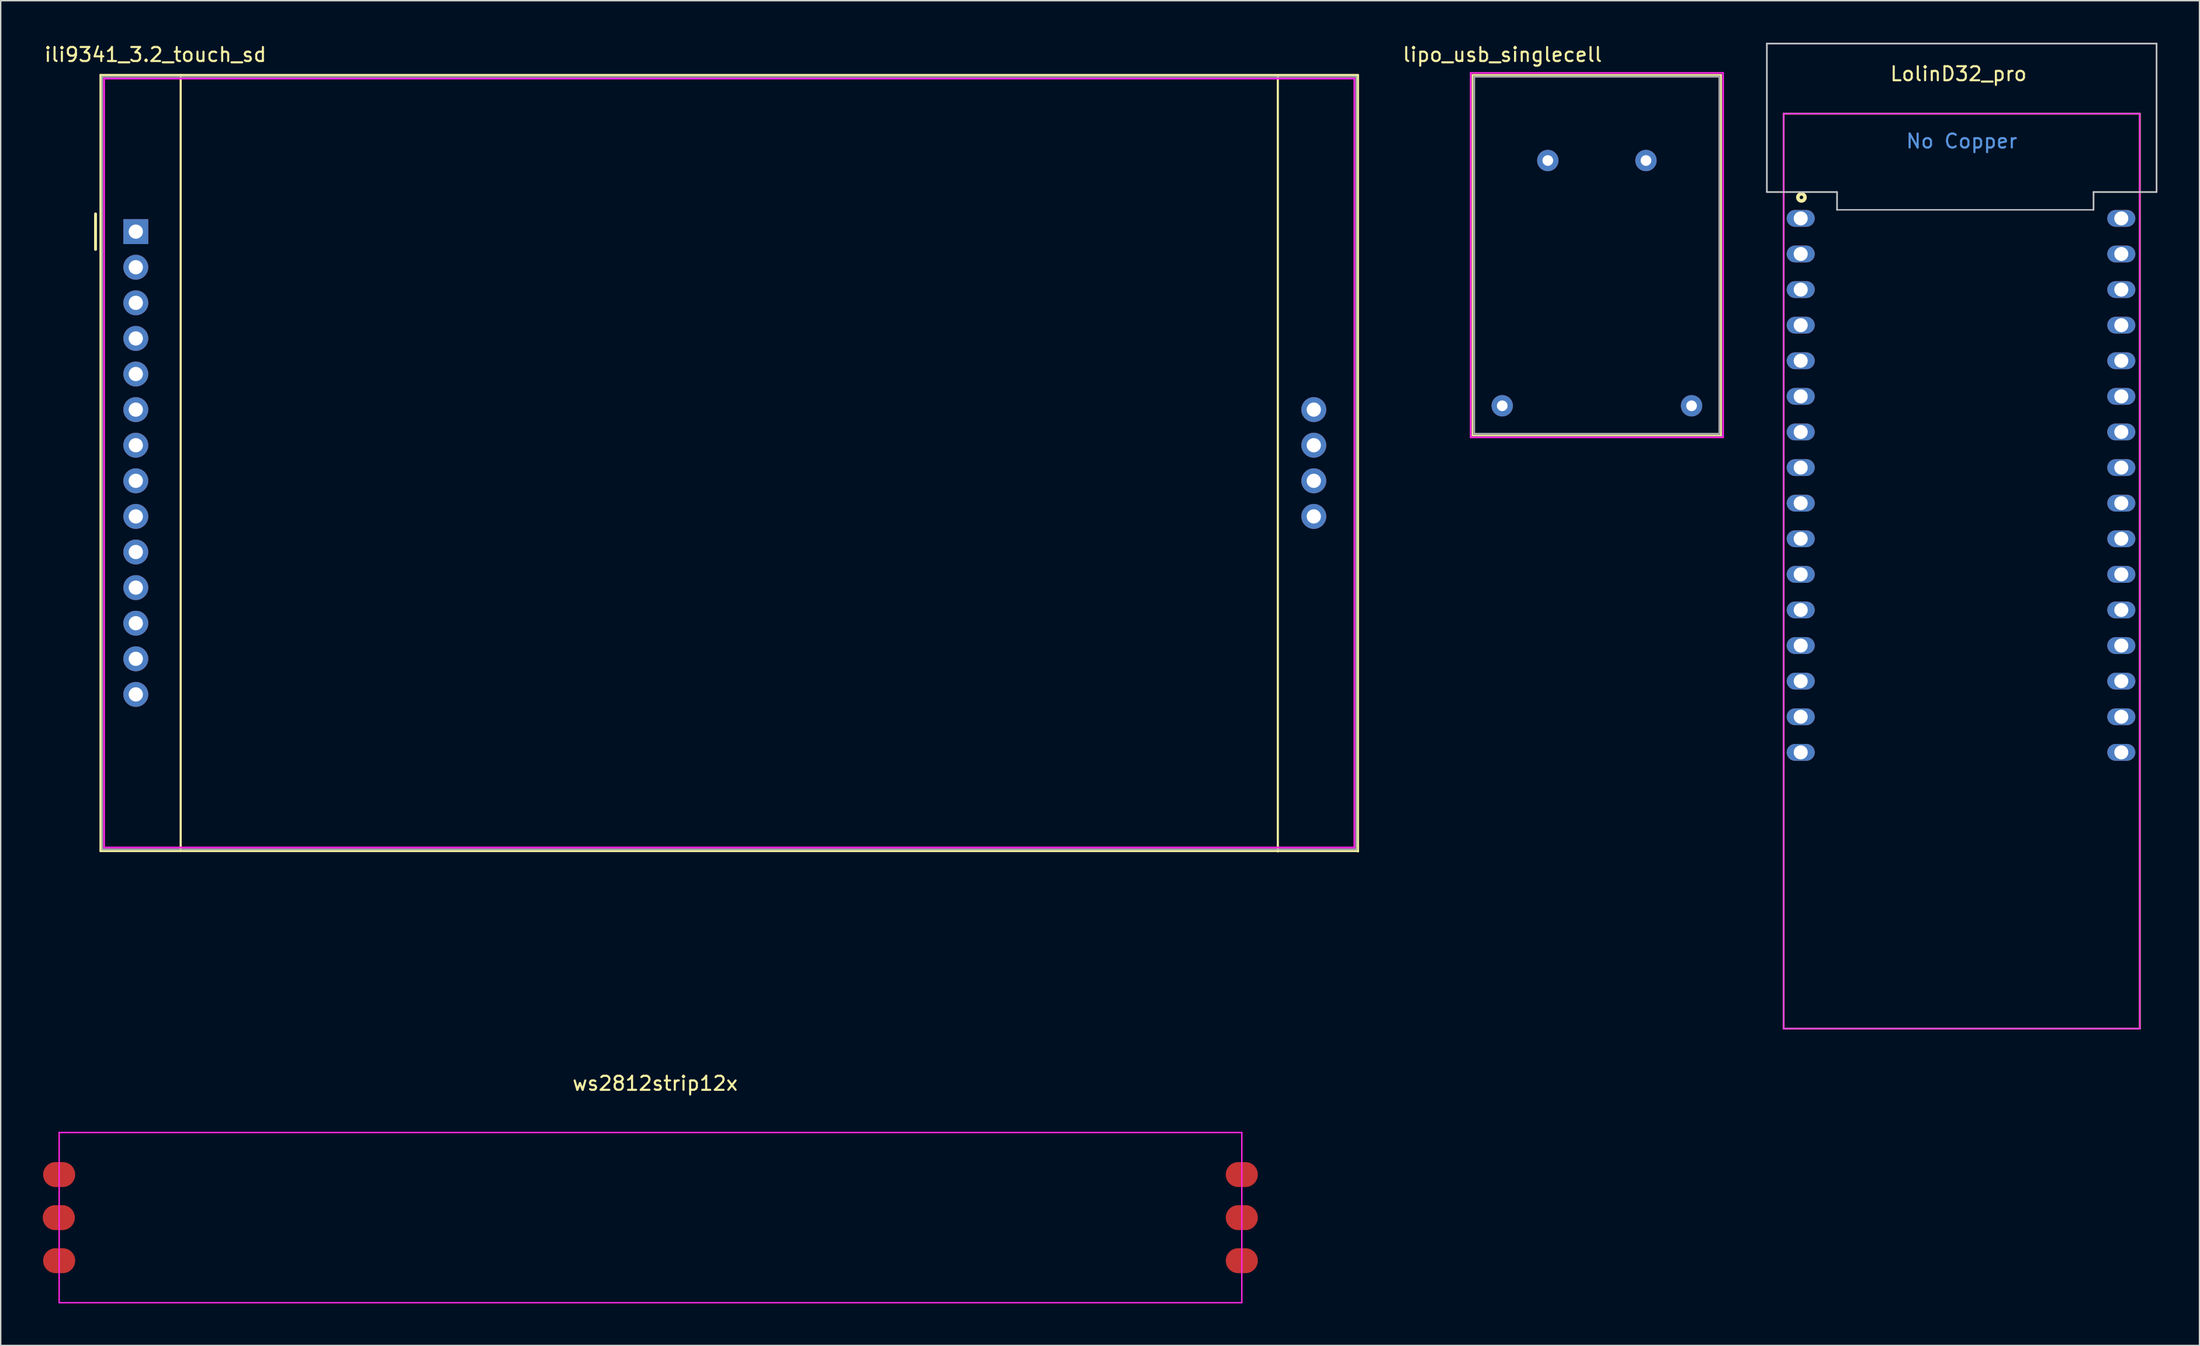
<source format=kicad_pcb>
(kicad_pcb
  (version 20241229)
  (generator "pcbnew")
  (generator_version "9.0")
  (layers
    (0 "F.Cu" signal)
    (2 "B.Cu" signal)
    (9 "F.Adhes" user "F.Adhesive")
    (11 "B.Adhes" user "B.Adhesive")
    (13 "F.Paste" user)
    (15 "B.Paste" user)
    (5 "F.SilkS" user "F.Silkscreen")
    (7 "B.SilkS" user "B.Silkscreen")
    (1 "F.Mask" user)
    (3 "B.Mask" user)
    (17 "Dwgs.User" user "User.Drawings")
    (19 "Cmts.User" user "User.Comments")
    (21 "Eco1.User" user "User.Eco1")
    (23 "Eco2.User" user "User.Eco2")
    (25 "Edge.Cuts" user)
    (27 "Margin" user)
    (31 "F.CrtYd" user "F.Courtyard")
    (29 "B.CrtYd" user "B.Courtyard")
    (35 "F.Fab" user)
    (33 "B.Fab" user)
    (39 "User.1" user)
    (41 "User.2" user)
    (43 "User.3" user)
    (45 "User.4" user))
  (footprint "LolinD32_pro"
    (layer "F.Cu")
    (at 136.83 37.703)
    (property "Reference" "LolinD32_pro" (at -0.229 -35.484 0) (layer "F.SilkS") (effects (font (size 1 1) (thickness 0.15))))
    (attr through_hole)
    (fp_line (start -12.7 -32.639) (end -12.7 32.639) (stroke (width 0.127) (type solid)) (layer "F.SilkS"))
    (fp_line (start -12.7 -32.639) (end 12.7 -32.639) (stroke (width 0.127) (type solid)) (layer "F.SilkS"))
    (fp_line (start -12.7 32.639) (end 12.7 32.639) (stroke (width 0.127) (type solid)) (layer "F.SilkS"))
    (fp_line (start 12.7 -32.639) (end 12.7 32.639) (stroke (width 0.127) (type solid)) (layer "F.SilkS"))
    (fp_circle (center -11.43 -26.67) (end -11.176 -26.67) (stroke (width 0.254) (type solid)) (fill no) (layer "F.SilkS"))
    (fp_line (start -13.894 -37.643) (end -13.894 -27.051) (stroke (width 0.12) (type solid)) (layer "Dwgs.User"))
    (fp_line (start -8.89 -27.051) (end -13.894 -27.051) (stroke (width 0.12) (type solid)) (layer "Dwgs.User"))
    (fp_line (start -8.89 -25.781) (end -8.89 -27.051) (stroke (width 0.12) (type solid)) (layer "Dwgs.User"))
    (fp_line (start -8.89 -25.781) (end 9.398 -25.781) (stroke (width 0.102) (type solid)) (layer "Dwgs.User"))
    (fp_line (start 9.398 -27.051) (end 13.894 -27.051) (stroke (width 0.12) (type solid)) (layer "Dwgs.User"))
    (fp_line (start 9.398 -25.781) (end 9.398 -27.051) (stroke (width 0.12) (type solid)) (layer "Dwgs.User"))
    (fp_line (start 13.894 -37.643) (end -13.894 -37.643) (stroke (width 0.12) (type solid)) (layer "Dwgs.User"))
    (fp_line (start 13.894 -37.643) (end 13.894 -27.051) (stroke (width 0.12) (type solid)) (layer "Dwgs.User"))
    (fp_line (start -12.7 -32.639) (end -12.7 32.639) (stroke (width 0.102) (type solid)) (layer "F.CrtYd"))
    (fp_line (start -12.7 -32.639) (end 12.7 -32.639) (stroke (width 0.102) (type solid)) (layer "F.CrtYd"))
    (fp_line (start -12.7 32.639) (end 12.7 32.639) (stroke (width 0.102) (type solid)) (layer "F.CrtYd"))
    (fp_line (start 12.7 -32.639) (end 12.7 32.639) (stroke (width 0.102) (type solid)) (layer "F.CrtYd"))
    (fp_text user "No Copper" (at 0 -30.683 0) (layer "Cmts.User") (effects (font (size 1 1) (thickness 0.15))))
    (pad "1" thru_hole oval (at -11.481 -25.171 270) (size 1.2 2) (drill 1) (layers "*.Cu" "*.Mask"))
    (pad "2" thru_hole oval (at -11.481 -22.631 270) (size 1.2 2) (drill 1) (layers "*.Cu" "*.Mask"))
    (pad "3" thru_hole oval (at -11.481 -20.091 270) (size 1.2 2) (drill 1) (layers "*.Cu" "*.Mask"))
    (pad "4" thru_hole oval (at -11.481 -17.551 270) (size 1.2 2) (drill 1) (layers "*.Cu" "*.Mask"))
    (pad "5" thru_hole oval (at -11.481 -15.011 270) (size 1.2 2) (drill 1) (layers "*.Cu" "*.Mask"))
    (pad "6" thru_hole oval (at -11.481 -12.471 270) (size 1.2 2) (drill 1) (layers "*.Cu" "*.Mask"))
    (pad "7" thru_hole oval (at -11.481 -9.931 270) (size 1.2 2) (drill 1) (layers "*.Cu" "*.Mask"))
    (pad "8" thru_hole oval (at -11.481 -7.391 270) (size 1.2 2) (drill 1) (layers "*.Cu" "*.Mask"))
    (pad "9" thru_hole oval (at -11.481 -4.851 270) (size 1.2 2) (drill 1) (layers "*.Cu" "*.Mask"))
    (pad "10" thru_hole oval (at -11.481 -2.311 270) (size 1.2 2) (drill 1) (layers "*.Cu" "*.Mask"))
    (pad "11" thru_hole oval (at -11.481 0.229 270) (size 1.2 2) (drill 1) (layers "*.Cu" "*.Mask"))
    (pad "12" thru_hole oval (at -11.481 2.769 270) (size 1.2 2) (drill 1) (layers "*.Cu" "*.Mask"))
    (pad "13" thru_hole oval (at -11.481 5.309 270) (size 1.2 2) (drill 1) (layers "*.Cu" "*.Mask"))
    (pad "14" thru_hole oval (at -11.481 7.849 270) (size 1.2 2) (drill 1) (layers "*.Cu" "*.Mask"))
    (pad "15" thru_hole oval (at -11.481 10.389 270) (size 1.2 2) (drill 1) (layers "*.Cu" "*.Mask"))
    (pad "16" thru_hole oval (at -11.481 12.929 270) (size 1.2 2) (drill 1) (layers "*.Cu" "*.Mask"))
    (pad "17" thru_hole oval (at 11.379 12.929 270) (size 1.2 2) (drill 1) (layers "*.Cu" "*.Mask"))
    (pad "18" thru_hole oval (at 11.379 10.389 270) (size 1.2 2) (drill 1) (layers "*.Cu" "*.Mask"))
    (pad "19" thru_hole oval (at 11.379 7.849 270) (size 1.2 2) (drill 1) (layers "*.Cu" "*.Mask"))
    (pad "20" thru_hole oval (at 11.379 5.309 270) (size 1.2 2) (drill 1) (layers "*.Cu" "*.Mask"))
    (pad "21" thru_hole oval (at 11.379 2.769 270) (size 1.2 2) (drill 1) (layers "*.Cu" "*.Mask"))
    (pad "22" thru_hole oval (at 11.379 0.229 270) (size 1.2 2) (drill 1) (layers "*.Cu" "*.Mask"))
    (pad "23" thru_hole oval (at 11.379 -2.311 270) (size 1.2 2) (drill 1) (layers "*.Cu" "*.Mask"))
    (pad "24" thru_hole oval (at 11.379 -4.851 270) (size 1.2 2) (drill 1) (layers "*.Cu" "*.Mask"))
    (pad "25" thru_hole oval (at 11.379 -7.391 270) (size 1.2 2) (drill 1) (layers "*.Cu" "*.Mask"))
    (pad "26" thru_hole oval (at 11.379 -9.931 270) (size 1.2 2) (drill 1) (layers "*.Cu" "*.Mask"))
    (pad "27" thru_hole oval (at 11.379 -12.471 270) (size 1.2 2) (drill 1) (layers "*.Cu" "*.Mask"))
    (pad "28" thru_hole oval (at 11.379 -15.011 270) (size 1.2 2) (drill 1) (layers "*.Cu" "*.Mask"))
    (pad "29" thru_hole oval (at 11.379 -17.551 270) (size 1.2 2) (drill 1) (layers "*.Cu" "*.Mask"))
    (pad "30" thru_hole oval (at 11.379 -20.091 270) (size 1.2 2) (drill 1) (layers "*.Cu" "*.Mask"))
    (pad "31" thru_hole oval (at 11.379 -22.631 270) (size 1.2 2) (drill 1) (layers "*.Cu" "*.Mask"))
    (pad "32" thru_hole oval (at 11.379 -25.171 270) (size 1.2 2) (drill 1) (layers "*.Cu" "*.Mask")))
  (footprint "ili9341_3.2_touch_sd"
    (layer "F.Cu")
    (at 48.949 29.987)
    (property "Reference" "ili9341_3.2_touch_sd" (at -40.919 -29.139 0) (layer "F.SilkS") (effects (font (size 1 1) (thickness 0.15))))
    (attr through_hole)
    (fp_line (start -45.187 -17.78) (end -45.187 -15.24) (stroke (width 0.203) (type solid)) (layer "F.SilkS"))
    (fp_line (start -44.831 -27.686) (end -44.831 27.686) (stroke (width 0.152) (type solid)) (layer "F.SilkS"))
    (fp_line (start -44.831 -27.686) (end 44.831 -27.686) (stroke (width 0.152) (type solid)) (layer "F.SilkS"))
    (fp_line (start -44.831 27.686) (end 44.831 27.686) (stroke (width 0.152) (type solid)) (layer "F.SilkS"))
    (fp_line (start -39.116 -27.686) (end -39.116 27.686) (stroke (width 0.152) (type solid)) (layer "F.SilkS"))
    (fp_line (start 39.116 -27.661) (end 39.116 27.711) (stroke (width 0.152) (type solid)) (layer "F.SilkS"))
    (fp_line (start 44.831 -27.661) (end 44.831 27.711) (stroke (width 0.152) (type solid)) (layer "F.SilkS"))
    (fp_line (start -44.577 -27.432) (end -44.577 27.432) (stroke (width 0.127) (type solid)) (layer "F.CrtYd"))
    (fp_line (start 44.577 -27.432) (end -44.577 -27.432) (stroke (width 0.127) (type solid)) (layer "F.CrtYd"))
    (fp_line (start 44.577 -27.432) (end 44.577 27.432) (stroke (width 0.127) (type solid)) (layer "F.CrtYd"))
    (fp_line (start 44.577 27.432) (end -44.577 27.432) (stroke (width 0.127) (type solid)) (layer "F.CrtYd"))
    (fp_line (start -44.704 -27.559) (end -44.704 27.559) (stroke (width 0.102) (type solid)) (layer "F.Fab"))
    (fp_line (start -44.704 -27.559) (end 44.704 -27.559) (stroke (width 0.102) (type solid)) (layer "F.Fab"))
    (fp_line (start -44.704 27.559) (end 44.704 27.559) (stroke (width 0.102) (type solid)) (layer "F.Fab"))
    (fp_line (start 44.704 -27.559) (end 44.704 27.559) (stroke (width 0.102) (type solid)) (layer "F.Fab"))
    (pad "1" thru_hole rect (at -42.316 -16.51) (size 1.778 1.778) (drill 1.016) (layers "*.Cu" "*.Mask"))
    (pad "2" thru_hole circle (at -42.316 -13.97) (size 1.778 1.778) (drill 1.016) (layers "*.Cu" "*.Mask"))
    (pad "3" thru_hole circle (at -42.316 -11.43) (size 1.778 1.778) (drill 1.016) (layers "*.Cu" "*.Mask"))
    (pad "4" thru_hole circle (at -42.316 -8.89) (size 1.778 1.778) (drill 1.016) (layers "*.Cu" "*.Mask"))
    (pad "5" thru_hole circle (at -42.316 -6.35) (size 1.778 1.778) (drill 1.016) (layers "*.Cu" "*.Mask"))
    (pad "6" thru_hole circle (at -42.316 -3.81) (size 1.778 1.778) (drill 1.016) (layers "*.Cu" "*.Mask"))
    (pad "7" thru_hole circle (at -42.316 -1.27) (size 1.778 1.778) (drill 1.016) (layers "*.Cu" "*.Mask"))
    (pad "8" thru_hole circle (at -42.316 1.27) (size 1.778 1.778) (drill 1.016) (layers "*.Cu" "*.Mask"))
    (pad "9" thru_hole circle (at -42.316 3.81) (size 1.778 1.778) (drill 1.016) (layers "*.Cu" "*.Mask"))
    (pad "10" thru_hole circle (at -42.316 6.35) (size 1.778 1.778) (drill 1.016) (layers "*.Cu" "*.Mask"))
    (pad "11" thru_hole circle (at -42.316 8.89) (size 1.778 1.778) (drill 1.016) (layers "*.Cu" "*.Mask"))
    (pad "12" thru_hole circle (at -42.316 11.43) (size 1.778 1.778) (drill 1.016) (layers "*.Cu" "*.Mask"))
    (pad "13" thru_hole circle (at -42.316 13.97) (size 1.778 1.778) (drill 1.016) (layers "*.Cu" "*.Mask"))
    (pad "14" thru_hole circle (at -42.316 16.51) (size 1.778 1.778) (drill 1.016) (layers "*.Cu" "*.Mask"))
    (pad "15" thru_hole circle (at 41.681 -3.81) (size 1.778 1.778) (drill 1.016) (layers "*.Cu" "*.Mask"))
    (pad "16" thru_hole circle (at 41.681 -1.27) (size 1.778 1.778) (drill 1.016) (layers "*.Cu" "*.Mask"))
    (pad "17" thru_hole circle (at 41.681 1.27) (size 1.778 1.778) (drill 1.016) (layers "*.Cu" "*.Mask"))
    (pad "18" thru_hole circle (at 41.681 3.81) (size 1.778 1.778) (drill 1.016) (layers "*.Cu" "*.Mask")))
  (footprint "lipo_usb_singlecell"
    (layer "F.Cu")
    (at 110.816 15.153)
    (property "Reference" "lipo_usb_singlecell" (at -6.739 -14.305 0) (layer "F.SilkS") (effects (font (size 1 1) (thickness 0.15))))
    (attr through_hole)
    (fp_line (start -8.873 -12.857) (end -8.873 12.873) (stroke (width 0.12) (type solid)) (layer "F.SilkS"))
    (fp_line (start 8.856 -12.857) (end -8.873 -12.857) (stroke (width 0.12) (type solid)) (layer "F.SilkS"))
    (fp_line (start 8.856 12.873) (end -8.873 12.873) (stroke (width 0.12) (type solid)) (layer "F.SilkS"))
    (fp_line (start 8.856 12.873) (end 8.856 -12.857) (stroke (width 0.12) (type solid)) (layer "F.SilkS"))
    (fp_line (start -9 -13) (end -9 13) (stroke (width 0.12) (type solid)) (layer "F.CrtYd"))
    (fp_line (start -9 -13) (end 9 -13) (stroke (width 0.12) (type solid)) (layer "F.CrtYd"))
    (fp_line (start -9 13) (end 9 13) (stroke (width 0.12) (type solid)) (layer "F.CrtYd"))
    (fp_line (start 9 13) (end 9 -13) (stroke (width 0.12) (type solid)) (layer "F.CrtYd"))
    (fp_line (start -8.746 -12.73) (end 8.729 -12.73) (stroke (width 0.12) (type solid)) (layer "F.Fab"))
    (fp_line (start -8.746 12.746) (end -8.746 -12.73) (stroke (width 0.12) (type solid)) (layer "F.Fab"))
    (fp_line (start -8.746 12.746) (end 8.729 12.746) (stroke (width 0.12) (type solid)) (layer "F.Fab"))
    (fp_line (start 8.729 -12.73) (end 8.729 12.746) (stroke (width 0.12) (type solid)) (layer "F.Fab"))
    (pad "1" thru_hole circle (at -6.75 10.75) (size 1.524 1.524) (drill 0.762) (layers "*.Cu" "*.Mask"))
    (pad "2" thru_hole circle (at 6.75 10.75) (size 1.524 1.524) (drill 0.762) (layers "*.Cu" "*.Mask"))
    (pad "3" thru_hole circle (at -3.5 -6.75) (size 1.524 1.524) (drill 0.762) (layers "*.Cu" "*.Mask"))
    (pad "4" thru_hole circle (at 3.5 -6.75) (size 1.524 1.524) (drill 0.762) (layers "*.Cu" "*.Mask")))
  (footprint "ws2812strip12x"
    (layer "F.Cu")
    (at 43.332 83.829)
    (property "Reference" "ws2812strip12x" (at 0.33 -9.576 0) (layer "F.SilkS") (effects (font (size 1 1) (thickness 0.15))))
    (attr through_hole)
    (fp_line (start -42.164 -6.071) (end -42.164 6.071) (stroke (width 0.102) (type solid)) (layer "F.CrtYd"))
    (fp_line (start -42.164 -6.071) (end 42.164 -6.071) (stroke (width 0.102) (type solid)) (layer "F.CrtYd"))
    (fp_line (start -42.164 6.071) (end 42.164 6.071) (stroke (width 0.102) (type solid)) (layer "F.CrtYd"))
    (fp_line (start 42.164 -6.071) (end 42.164 6.071) (stroke (width 0.102) (type solid)) (layer "F.CrtYd"))
    (pad "1" smd oval (at -42.164 -3.073) (size 2.286 1.778) (layers "F.Cu" "F.Mask" "F.Paste"))
    (pad "2" smd oval (at -42.189 0) (size 2.286 1.778) (layers "F.Cu" "F.Mask" "F.Paste"))
    (pad "3" smd oval (at -42.164 3.073) (size 2.286 1.778) (layers "F.Cu" "F.Mask" "F.Paste"))
    (pad "4" smd oval (at 42.164 3.073) (size 2.286 1.778) (layers "F.Cu" "F.Mask" "F.Paste"))
    (pad "5" smd oval (at 42.164 0) (size 2.286 1.778) (layers "F.Cu" "F.Mask" "F.Paste"))
    (pad "6" smd oval (at 42.164 -3.073) (size 2.286 1.778) (layers "F.Cu" "F.Mask" "F.Paste")))
  (gr_rect
    (start -3 -3)
    (end 153.784 92.951)
    (stroke (width 0.1) (type default))
    (fill no)
    (layer "Edge.Cuts")))
</source>
